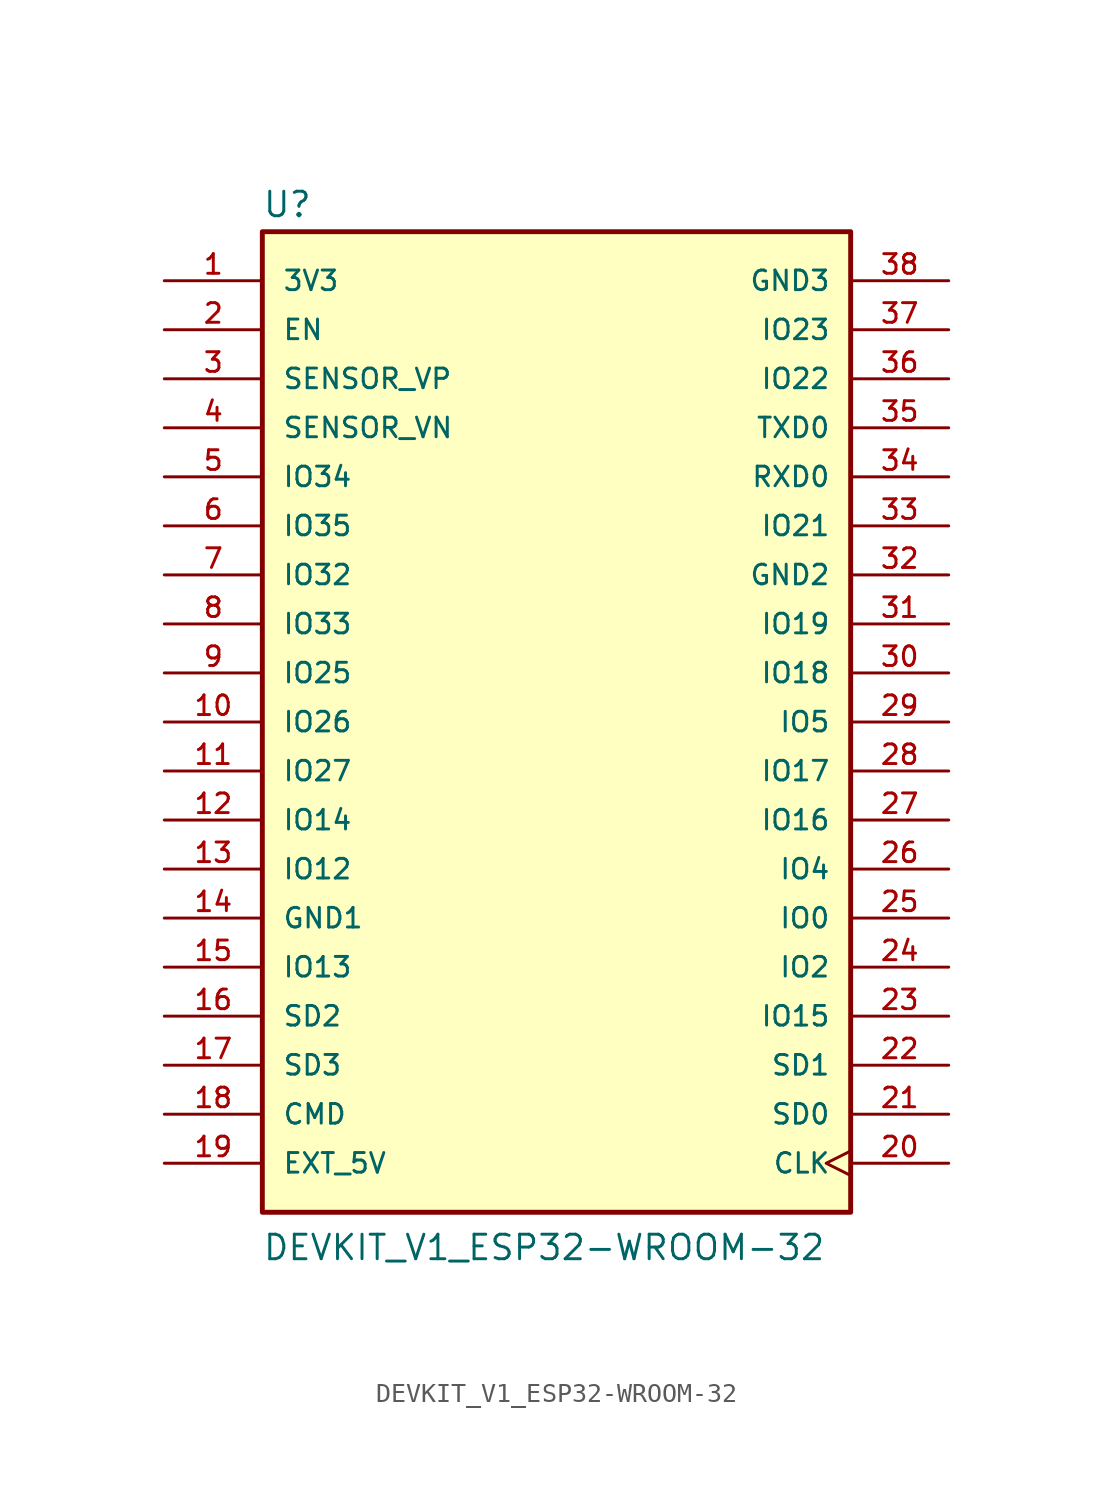
<source format=kicad_sym>
(kicad_symbol_lib
  (version 20241209)
  (generator "kicad_symbol_editor")
  (generator_version "9.0")
  (symbol "DEVKIT_V1_ESP32-WROOM-32"
    (pin_names
      (offset 1.016))
    (property "Reference" "U"
      (at -15.257 26.064 0)
      (effects (font (size 1.27 1.27)) (justify left bottom)))
    (property "Value" "DEVKIT_V1_ESP32-WROOM-32"
      (at -15.256 -27.97 0)
      (effects (font (size 1.27 1.27)) (justify left bottom)))
    (symbol "DEVKIT_V1_ESP32-WROOM-32_0_0"
      (rectangle (start -15.24 -25.4) (end 15.24 25.4) (stroke (width 0.254) (type default)) (fill (type background)))
      (pin power_in line (at -20.32 22.86 0) (length 5.08) (name "3V3" (effects (font (size 1.016 1.016)))) (number "1" (effects (font (size 1.016 1.016)))))
      (pin input line (at -20.32 20.32 0) (length 5.08) (name "EN" (effects (font (size 1.016 1.016)))) (number "2" (effects (font (size 1.016 1.016)))))
      (pin input line (at -20.32 17.78 0) (length 5.08) (name "SENSOR_VP" (effects (font (size 1.016 1.016)))) (number "3" (effects (font (size 1.016 1.016)))))
      (pin input line (at -20.32 15.24 0) (length 5.08) (name "SENSOR_VN" (effects (font (size 1.016 1.016)))) (number "4" (effects (font (size 1.016 1.016)))))
      (pin bidirectional line (at -20.32 12.7 0) (length 5.08) (name "IO34" (effects (font (size 1.016 1.016)))) (number "5" (effects (font (size 1.016 1.016)))))
      (pin bidirectional line (at -20.32 10.16 0) (length 5.08) (name "IO35" (effects (font (size 1.016 1.016)))) (number "6" (effects (font (size 1.016 1.016)))))
      (pin bidirectional line (at -20.32 7.62 0) (length 5.08) (name "IO32" (effects (font (size 1.016 1.016)))) (number "7" (effects (font (size 1.016 1.016)))))
      (pin bidirectional line (at -20.32 5.08 0) (length 5.08) (name "IO33" (effects (font (size 1.016 1.016)))) (number "8" (effects (font (size 1.016 1.016)))))
      (pin bidirectional line (at -20.32 2.54 0) (length 5.08) (name "IO25" (effects (font (size 1.016 1.016)))) (number "9" (effects (font (size 1.016 1.016)))))
      (pin bidirectional line (at -20.32 0 0) (length 5.08) (name "IO26" (effects (font (size 1.016 1.016)))) (number "10" (effects (font (size 1.016 1.016)))))
      (pin bidirectional line (at -20.32 -2.54 0) (length 5.08) (name "IO27" (effects (font (size 1.016 1.016)))) (number "11" (effects (font (size 1.016 1.016)))))
      (pin bidirectional line (at -20.32 -5.08 0) (length 5.08) (name "IO14" (effects (font (size 1.016 1.016)))) (number "12" (effects (font (size 1.016 1.016)))))
      (pin bidirectional line (at -20.32 -7.62 0) (length 5.08) (name "IO12" (effects (font (size 1.016 1.016)))) (number "13" (effects (font (size 1.016 1.016)))))
      (pin power_in line (at -20.32 -10.16 0) (length 5.08) (name "GND1" (effects (font (size 1.016 1.016)))) (number "14" (effects (font (size 1.016 1.016)))))
      (pin bidirectional line (at -20.32 -12.7 0) (length 5.08) (name "IO13" (effects (font (size 1.016 1.016)))) (number "15" (effects (font (size 1.016 1.016)))))
      (pin bidirectional line (at -20.32 -15.24 0) (length 5.08) (name "SD2" (effects (font (size 1.016 1.016)))) (number "16" (effects (font (size 1.016 1.016)))))
      (pin bidirectional line (at -20.32 -17.78 0) (length 5.08) (name "SD3" (effects (font (size 1.016 1.016)))) (number "17" (effects (font (size 1.016 1.016)))))
      (pin bidirectional line (at -20.32 -20.32 0) (length 5.08) (name "CMD" (effects (font (size 1.016 1.016)))) (number "18" (effects (font (size 1.016 1.016)))))
      (pin power_in line (at -20.32 -22.86 0) (length 5.08) (name "EXT_5V" (effects (font (size 1.016 1.016)))) (number "19" (effects (font (size 1.016 1.016)))))
      (pin power_in line (at 20.32 22.86 180) (length 5.08) (name "GND3" (effects (font (size 1.016 1.016)))) (number "38" (effects (font (size 1.016 1.016)))))
      (pin bidirectional line (at 20.32 20.32 180) (length 5.08) (name "IO23" (effects (font (size 1.016 1.016)))) (number "37" (effects (font (size 1.016 1.016)))))
      (pin bidirectional line (at 20.32 17.78 180) (length 5.08) (name "IO22" (effects (font (size 1.016 1.016)))) (number "36" (effects (font (size 1.016 1.016)))))
      (pin output line (at 20.32 15.24 180) (length 5.08) (name "TXD0" (effects (font (size 1.016 1.016)))) (number "35" (effects (font (size 1.016 1.016)))))
      (pin input line (at 20.32 12.7 180) (length 5.08) (name "RXD0" (effects (font (size 1.016 1.016)))) (number "34" (effects (font (size 1.016 1.016)))))
      (pin bidirectional line (at 20.32 10.16 180) (length 5.08) (name "IO21" (effects (font (size 1.016 1.016)))) (number "33" (effects (font (size 1.016 1.016)))))
      (pin power_in line (at 20.32 7.62 180) (length 5.08) (name "GND2" (effects (font (size 1.016 1.016)))) (number "32" (effects (font (size 1.016 1.016)))))
      (pin bidirectional line (at 20.32 5.08 180) (length 5.08) (name "IO19" (effects (font (size 1.016 1.016)))) (number "31" (effects (font (size 1.016 1.016)))))
      (pin bidirectional line (at 20.32 2.54 180) (length 5.08) (name "IO18" (effects (font (size 1.016 1.016)))) (number "30" (effects (font (size 1.016 1.016)))))
      (pin bidirectional line (at 20.32 0 180) (length 5.08) (name "IO5" (effects (font (size 1.016 1.016)))) (number "29" (effects (font (size 1.016 1.016)))))
      (pin bidirectional line (at 20.32 -2.54 180) (length 5.08) (name "IO17" (effects (font (size 1.016 1.016)))) (number "28" (effects (font (size 1.016 1.016)))))
      (pin bidirectional line (at 20.32 -5.08 180) (length 5.08) (name "IO16" (effects (font (size 1.016 1.016)))) (number "27" (effects (font (size 1.016 1.016)))))
      (pin bidirectional line (at 20.32 -7.62 180) (length 5.08) (name "IO4" (effects (font (size 1.016 1.016)))) (number "26" (effects (font (size 1.016 1.016)))))
      (pin bidirectional line (at 20.32 -10.16 180) (length 5.08) (name "IO0" (effects (font (size 1.016 1.016)))) (number "25" (effects (font (size 1.016 1.016)))))
      (pin bidirectional line (at 20.32 -12.7 180) (length 5.08) (name "IO2" (effects (font (size 1.016 1.016)))) (number "24" (effects (font (size 1.016 1.016)))))
      (pin bidirectional line (at 20.32 -15.24 180) (length 5.08) (name "IO15" (effects (font (size 1.016 1.016)))) (number "23" (effects (font (size 1.016 1.016)))))
      (pin bidirectional line (at 20.32 -17.78 180) (length 5.08) (name "SD1" (effects (font (size 1.016 1.016)))) (number "22" (effects (font (size 1.016 1.016)))))
      (pin bidirectional line (at 20.32 -20.32 180) (length 5.08) (name "SD0" (effects (font (size 1.016 1.016)))) (number "21" (effects (font (size 1.016 1.016)))))
      (pin input clock (at 20.32 -22.86 180) (length 5.08) (name "CLK" (effects (font (size 1.016 1.016)))) (number "20" (effects (font (size 1.016 1.016))))))))
</source>
